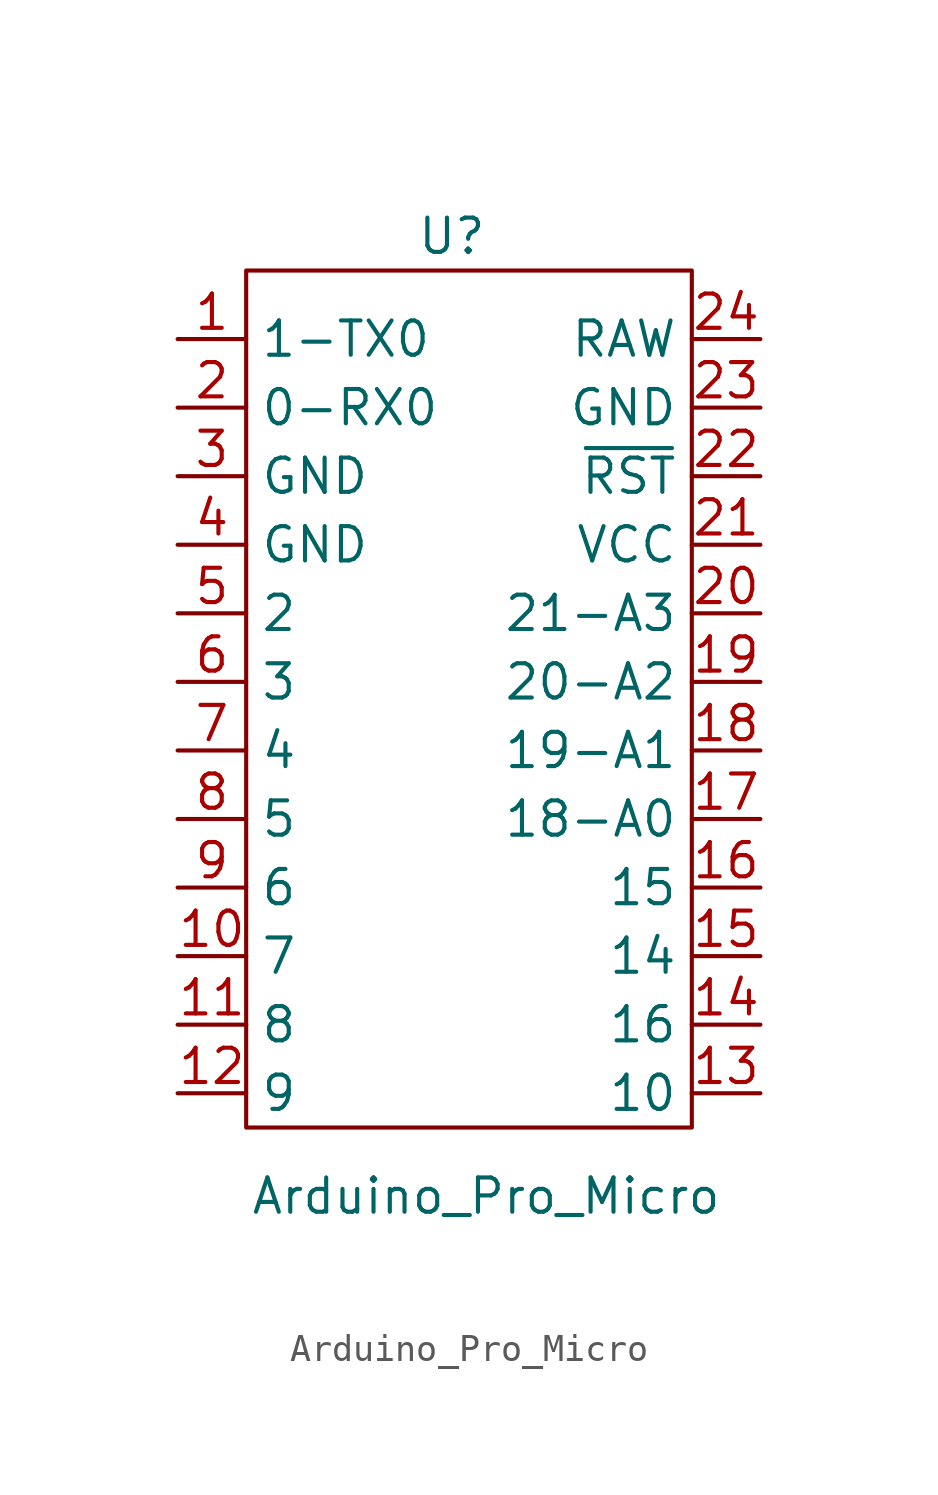
<source format=kicad_sym>
(kicad_symbol_lib
  (version 20211014)
  (generator kicad_symbol_editor)
  (symbol "Arduino_Pro_Micro"
    (property "Reference" "U"
      (at 10.16 3.81 0)
      (effects (font (size 1.27 1.27))))
    (property "Value" "Arduino_Pro_Micro"
      (at 11.43 -31.75 0)
      (effects (font (size 1.27 1.27))))
    (symbol "Arduino_Pro_Micro_0_1"
      (polyline (pts (xy 2.54 2.54) (xy 19.05 2.54) (xy 19.05 -29.21) (xy 2.54 -29.21) (xy 2.54 2.54)) (stroke (width 0) (type default) (color 0 0 0 0)) (fill (type none))))
    (symbol "Arduino_Pro_Micro_1_1"
      (pin output line (at 0 0 0) (length 2.54) (name "1-TX0" (effects (font (size 1.27 1.27)))) (number "1" (effects (font (size 1.27 1.27)))))
      (pin bidirectional line (at 0 -22.86 0) (length 2.54) (name "7" (effects (font (size 1.27 1.27)))) (number "10" (effects (font (size 1.27 1.27)))))
      (pin bidirectional line (at 0 -25.4 0) (length 2.54) (name "8" (effects (font (size 1.27 1.27)))) (number "11" (effects (font (size 1.27 1.27)))))
      (pin bidirectional line (at 0 -27.94 0) (length 2.54) (name "9" (effects (font (size 1.27 1.27)))) (number "12" (effects (font (size 1.27 1.27)))))
      (pin bidirectional line (at 21.59 -27.94 180) (length 2.54) (name "10" (effects (font (size 1.27 1.27)))) (number "13" (effects (font (size 1.27 1.27)))))
      (pin bidirectional line (at 21.59 -25.4 180) (length 2.54) (name "16" (effects (font (size 1.27 1.27)))) (number "14" (effects (font (size 1.27 1.27)))))
      (pin bidirectional line (at 21.59 -22.86 180) (length 2.54) (name "14" (effects (font (size 1.27 1.27)))) (number "15" (effects (font (size 1.27 1.27)))))
      (pin bidirectional line (at 21.59 -20.32 180) (length 2.54) (name "15" (effects (font (size 1.27 1.27)))) (number "16" (effects (font (size 1.27 1.27)))))
      (pin bidirectional line (at 21.59 -17.78 180) (length 2.54) (name "18-A0" (effects (font (size 1.27 1.27)))) (number "17" (effects (font (size 1.27 1.27)))))
      (pin bidirectional line (at 21.59 -15.24 180) (length 2.54) (name "19-A1" (effects (font (size 1.27 1.27)))) (number "18" (effects (font (size 1.27 1.27)))))
      (pin bidirectional line (at 21.59 -12.7 180) (length 2.54) (name "20-A2" (effects (font (size 1.27 1.27)))) (number "19" (effects (font (size 1.27 1.27)))))
      (pin input line (at 0 -2.54 0) (length 2.54) (name "0-RX0" (effects (font (size 1.27 1.27)))) (number "2" (effects (font (size 1.27 1.27)))))
      (pin bidirectional line (at 21.59 -10.16 180) (length 2.54) (name "21-A3" (effects (font (size 1.27 1.27)))) (number "20" (effects (font (size 1.27 1.27)))))
      (pin power_out line (at 21.59 -7.62 180) (length 2.54) (name "VCC" (effects (font (size 1.27 1.27)))) (number "21" (effects (font (size 1.27 1.27)))))
      (pin input line (at 21.59 -5.08 180) (length 2.54) (name "~{RST}" (effects (font (size 1.27 1.27)))) (number "22" (effects (font (size 1.27 1.27)))))
      (pin power_in line (at 21.59 -2.54 180) (length 2.54) (name "GND" (effects (font (size 1.27 1.27)))) (number "23" (effects (font (size 1.27 1.27)))))
      (pin power_out line (at 21.59 0 180) (length 2.54) (name "RAW" (effects (font (size 1.27 1.27)))) (number "24" (effects (font (size 1.27 1.27)))))
      (pin power_in line (at 0 -5.08 0) (length 2.54) (name "GND" (effects (font (size 1.27 1.27)))) (number "3" (effects (font (size 1.27 1.27)))))
      (pin power_in line (at 0 -7.62 0) (length 2.54) (name "GND" (effects (font (size 1.27 1.27)))) (number "4" (effects (font (size 1.27 1.27)))))
      (pin bidirectional line (at 0 -10.16 0) (length 2.54) (name "2" (effects (font (size 1.27 1.27)))) (number "5" (effects (font (size 1.27 1.27)))))
      (pin bidirectional line (at 0 -12.7 0) (length 2.54) (name "3" (effects (font (size 1.27 1.27)))) (number "6" (effects (font (size 1.27 1.27)))))
      (pin bidirectional line (at 0 -15.24 0) (length 2.54) (name "4" (effects (font (size 1.27 1.27)))) (number "7" (effects (font (size 1.27 1.27)))))
      (pin bidirectional line (at 0 -17.78 0) (length 2.54) (name "5" (effects (font (size 1.27 1.27)))) (number "8" (effects (font (size 1.27 1.27)))))
      (pin bidirectional line (at 0 -20.32 0) (length 2.54) (name "6" (effects (font (size 1.27 1.27)))) (number "9" (effects (font (size 1.27 1.27))))))))
</source>
